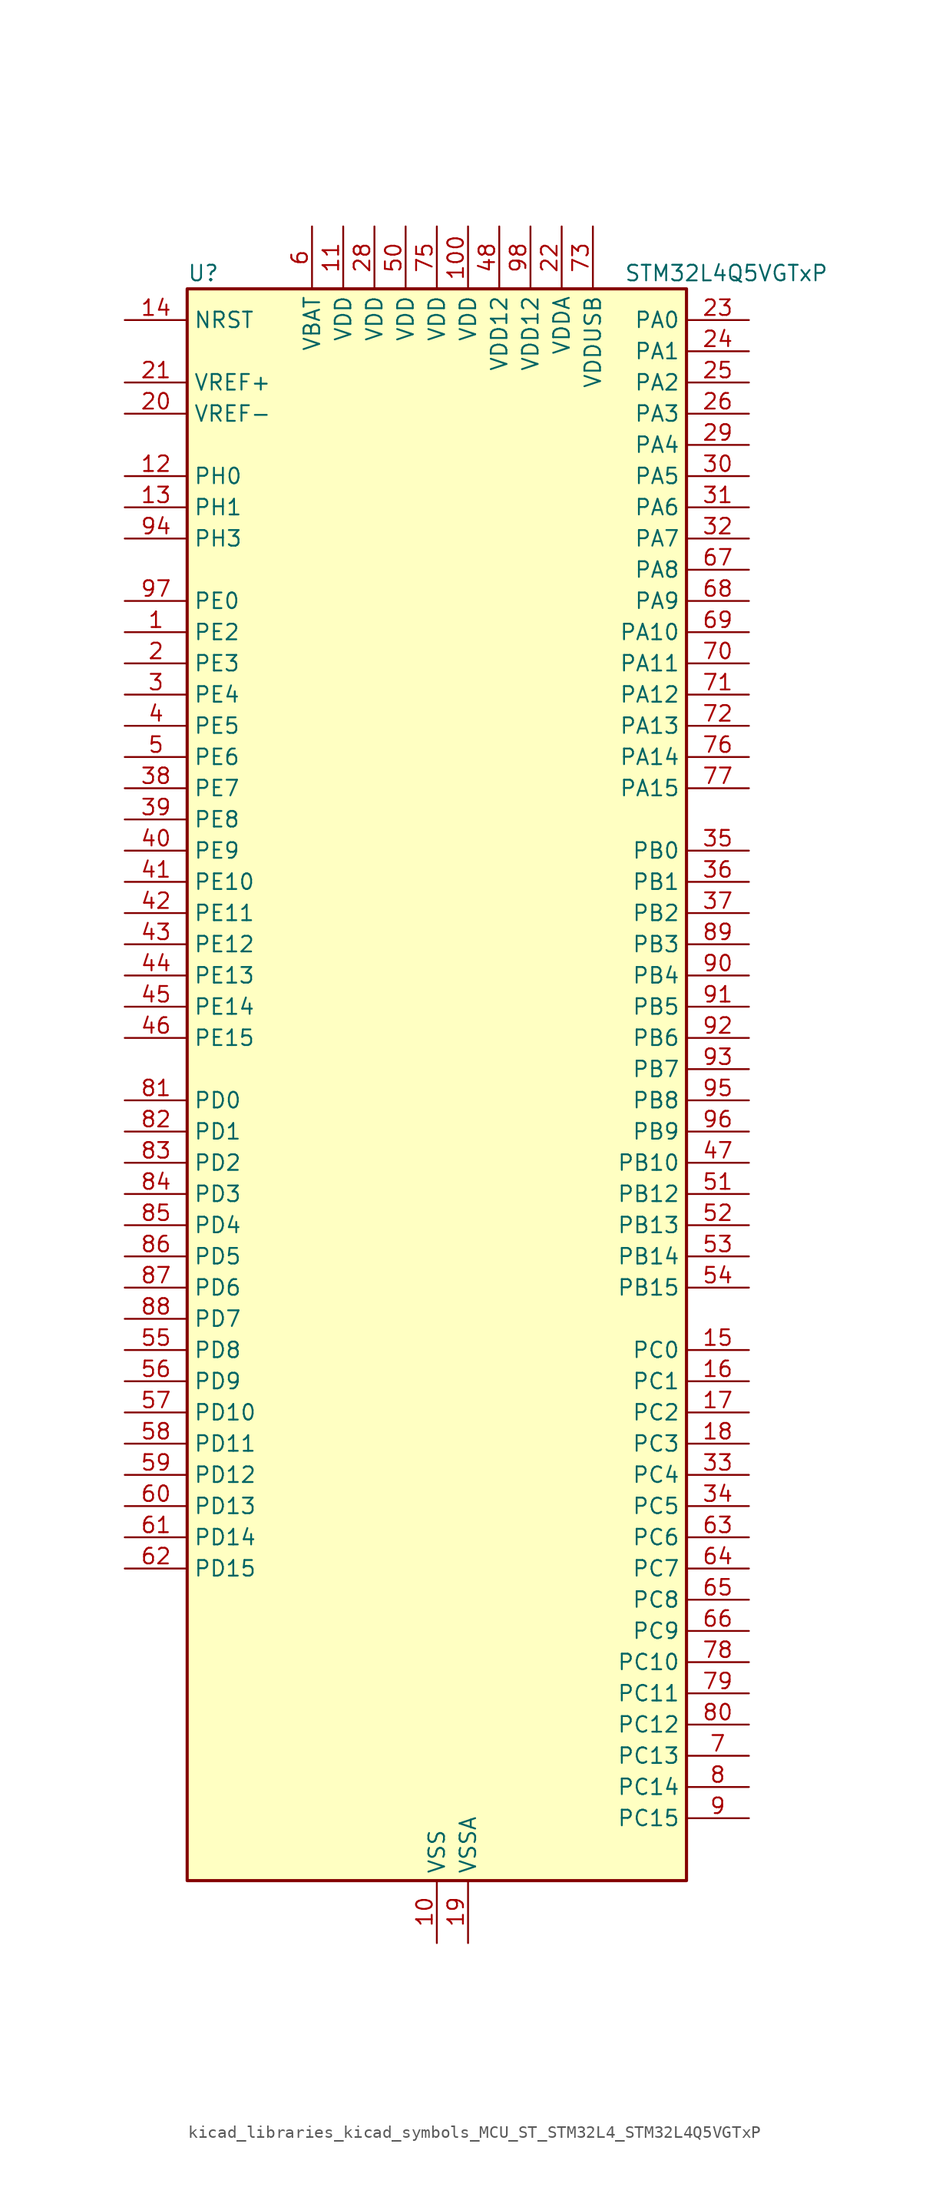
<source format=kicad_sym>
(kicad_symbol_lib
  (version 20220914)
  (generator kicad_symbol_editor)
  (symbol "kicad_libraries_kicad_symbols_MCU_ST_STM32L4_STM32L4Q5VGTxP"
    (property "Reference" "U"
      (at -20.32 67.31 0)
      (effects (font (size 1.27 1.27)) (justify left)))
    (property "Value" "STM32L4Q5VGTxP"
      (at 15.24 67.31 0)
      (effects (font (size 1.27 1.27)) (justify left)))
    (property "ki_locked" ""
      (at 0 0 0)
      (effects (font (size 1.27 1.27))))
    (symbol "kicad_libraries_kicad_symbols_MCU_ST_STM32L4_STM32L4Q5VGTxP_0_1"
      (rectangle (start -20.32 -63.5) (end 20.32 66.04) (stroke (width 0.254) (type default)) (fill (type background))))
    (symbol "kicad_libraries_kicad_symbols_MCU_ST_STM32L4_STM32L4Q5VGTxP_1_1"
      (pin bidirectional line (at -25.4 38.1 0) (length 5.08) (name "PE2" (effects (font (size 1.27 1.27)))) (number "1" (effects (font (size 1.27 1.27)))) (alternate "FMC_A23" bidirectional line) (alternate "LTDC_R7" bidirectional line) (alternate "SAI1_CK1" bidirectional line) (alternate "SAI1_MCLK_A" bidirectional line) (alternate "SYS_TRACECLK" bidirectional line) (alternate "TIM3_ETR" bidirectional line) (alternate "TSC_G7_IO1" bidirectional line))
      (pin power_in line (at 0 -68.58 90) (length 5.08) (name "VSS" (effects (font (size 1.27 1.27)))) (number "10" (effects (font (size 1.27 1.27)))))
      (pin power_in line (at 2.54 71.12 270) (length 5.08) (name "VDD" (effects (font (size 1.27 1.27)))) (number "100" (effects (font (size 1.27 1.27)))))
      (pin power_in line (at -7.62 71.12 270) (length 5.08) (name "VDD" (effects (font (size 1.27 1.27)))) (number "11" (effects (font (size 1.27 1.27)))))
      (pin bidirectional line (at -25.4 50.8 0) (length 5.08) (name "PH0" (effects (font (size 1.27 1.27)))) (number "12" (effects (font (size 1.27 1.27)))) (alternate "RCC_OSC_IN" bidirectional line))
      (pin bidirectional line (at -25.4 48.26 0) (length 5.08) (name "PH1" (effects (font (size 1.27 1.27)))) (number "13" (effects (font (size 1.27 1.27)))) (alternate "RCC_OSC_OUT" bidirectional line))
      (pin input line (at -25.4 63.5 0) (length 5.08) (name "NRST" (effects (font (size 1.27 1.27)))) (number "14" (effects (font (size 1.27 1.27)))))
      (pin bidirectional line (at 25.4 -20.32 180) (length 5.08) (name "PC0" (effects (font (size 1.27 1.27)))) (number "15" (effects (font (size 1.27 1.27)))) (alternate "ADC1_IN1" bidirectional line) (alternate "ADC2_IN1" bidirectional line) (alternate "I2C3_SCL" bidirectional line) (alternate "LPTIM1_IN1" bidirectional line) (alternate "LPTIM2_IN1" bidirectional line) (alternate "LPUART1_RX" bidirectional line) (alternate "LTDC_DE" bidirectional line) (alternate "SAI2_FS_A" bidirectional line) (alternate "SDMMC1_CMD" bidirectional line) (alternate "SDMMC2_CKIN" bidirectional line))
      (pin bidirectional line (at 25.4 -22.86 180) (length 5.08) (name "PC1" (effects (font (size 1.27 1.27)))) (number "16" (effects (font (size 1.27 1.27)))) (alternate "ADC1_IN2" bidirectional line) (alternate "ADC2_IN2" bidirectional line) (alternate "I2C3_SDA" bidirectional line) (alternate "LPTIM1_OUT" bidirectional line) (alternate "LPUART1_TX" bidirectional line) (alternate "OCTOSPIM_P1_IO4" bidirectional line) (alternate "SAI1_SD_A" bidirectional line) (alternate "SPI2_MOSI" bidirectional line) (alternate "SYS_TRACED0" bidirectional line))
      (pin bidirectional line (at 25.4 -25.4 180) (length 5.08) (name "PC2" (effects (font (size 1.27 1.27)))) (number "17" (effects (font (size 1.27 1.27)))) (alternate "ADC1_IN3" bidirectional line) (alternate "ADC2_IN3" bidirectional line) (alternate "DFSDM1_CKOUT" bidirectional line) (alternate "LPTIM1_IN2" bidirectional line) (alternate "LTDC_HSYNC" bidirectional line) (alternate "OCTOSPIM_P1_IO5" bidirectional line) (alternate "SPI2_MISO" bidirectional line))
      (pin bidirectional line (at 25.4 -27.94 180) (length 5.08) (name "PC3" (effects (font (size 1.27 1.27)))) (number "18" (effects (font (size 1.27 1.27)))) (alternate "ADC1_IN4" bidirectional line) (alternate "ADC2_IN4" bidirectional line) (alternate "LPTIM1_ETR" bidirectional line) (alternate "LPTIM2_ETR" bidirectional line) (alternate "OCTOSPIM_P1_IO6" bidirectional line) (alternate "SAI1_D1" bidirectional line) (alternate "SAI1_SD_A" bidirectional line) (alternate "SPI2_MOSI" bidirectional line))
      (pin power_in line (at 2.54 -68.58 90) (length 5.08) (name "VSSA" (effects (font (size 1.27 1.27)))) (number "19" (effects (font (size 1.27 1.27)))))
      (pin bidirectional line (at -25.4 35.56 0) (length 5.08) (name "PE3" (effects (font (size 1.27 1.27)))) (number "2" (effects (font (size 1.27 1.27)))) (alternate "FMC_A19" bidirectional line) (alternate "LTDC_R6" bidirectional line) (alternate "OCTOSPIM_P1_DQS" bidirectional line) (alternate "SAI1_SD_B" bidirectional line) (alternate "SYS_TRACED0" bidirectional line) (alternate "TIM3_CH1" bidirectional line) (alternate "TSC_G7_IO2" bidirectional line))
      (pin input line (at -25.4 55.88 0) (length 5.08) (name "VREF-" (effects (font (size 1.27 1.27)))) (number "20" (effects (font (size 1.27 1.27)))))
      (pin input line (at -25.4 58.42 0) (length 5.08) (name "VREF+" (effects (font (size 1.27 1.27)))) (number "21" (effects (font (size 1.27 1.27)))) (alternate "VREFBUF_OUT" bidirectional line))
      (pin power_in line (at 10.16 71.12 270) (length 5.08) (name "VDDA" (effects (font (size 1.27 1.27)))) (number "22" (effects (font (size 1.27 1.27)))))
      (pin bidirectional line (at 25.4 63.5 180) (length 5.08) (name "PA0" (effects (font (size 1.27 1.27)))) (number "23" (effects (font (size 1.27 1.27)))) (alternate "ADC1_IN5" bidirectional line) (alternate "ADC2_IN5" bidirectional line) (alternate "OPAMP1_VINP" bidirectional line) (alternate "RTC_TAMP2" bidirectional line) (alternate "SAI1_EXTCLK" bidirectional line) (alternate "SYS_WKUP1" bidirectional line) (alternate "TIM2_CH1" bidirectional line) (alternate "TIM2_ETR" bidirectional line) (alternate "TIM5_CH1" bidirectional line) (alternate "TIM8_ETR" bidirectional line) (alternate "UART4_TX" bidirectional line) (alternate "USART2_CTS" bidirectional line) (alternate "USART2_NSS" bidirectional line))
      (pin bidirectional line (at 25.4 60.96 180) (length 5.08) (name "PA1" (effects (font (size 1.27 1.27)))) (number "24" (effects (font (size 1.27 1.27)))) (alternate "ADC1_IN6" bidirectional line) (alternate "ADC2_IN6" bidirectional line) (alternate "I2C1_SMBA" bidirectional line) (alternate "OCTOSPIM_P1_DQS" bidirectional line) (alternate "OPAMP1_VINM" bidirectional line) (alternate "SDMMC2_CMD" bidirectional line) (alternate "SPI1_SCK" bidirectional line) (alternate "TIM15_CH1N" bidirectional line) (alternate "TIM2_CH2" bidirectional line) (alternate "TIM5_CH2" bidirectional line) (alternate "UART4_RX" bidirectional line) (alternate "USART2_DE" bidirectional line) (alternate "USART2_RTS" bidirectional line))
      (pin bidirectional line (at 25.4 58.42 180) (length 5.08) (name "PA2" (effects (font (size 1.27 1.27)))) (number "25" (effects (font (size 1.27 1.27)))) (alternate "ADC1_IN7" bidirectional line) (alternate "ADC2_IN7" bidirectional line) (alternate "LPUART1_TX" bidirectional line) (alternate "OCTOSPIM_P1_NCS" bidirectional line) (alternate "RCC_LSCO" bidirectional line) (alternate "SAI2_EXTCLK" bidirectional line) (alternate "SYS_WKUP4" bidirectional line) (alternate "TIM15_CH1" bidirectional line) (alternate "TIM2_CH3" bidirectional line) (alternate "TIM5_CH3" bidirectional line) (alternate "USART2_TX" bidirectional line))
      (pin bidirectional line (at 25.4 55.88 180) (length 5.08) (name "PA3" (effects (font (size 1.27 1.27)))) (number "26" (effects (font (size 1.27 1.27)))) (alternate "ADC1_IN8" bidirectional line) (alternate "ADC2_IN8" bidirectional line) (alternate "LPUART1_RX" bidirectional line) (alternate "OCTOSPIM_P1_CLK" bidirectional line) (alternate "OPAMP1_VOUT" bidirectional line) (alternate "SAI1_CK1" bidirectional line) (alternate "SAI1_MCLK_A" bidirectional line) (alternate "TIM15_CH2" bidirectional line) (alternate "TIM2_CH4" bidirectional line) (alternate "TIM5_CH4" bidirectional line) (alternate "USART2_RX" bidirectional line))
      (pin passive line (at 0 -68.58 90) (length 5.08) hide (name "VSS" (effects (font (size 1.27 1.27)))) (number "27" (effects (font (size 1.27 1.27)))))
      (pin power_in line (at -5.08 71.12 270) (length 5.08) (name "VDD" (effects (font (size 1.27 1.27)))) (number "28" (effects (font (size 1.27 1.27)))))
      (pin bidirectional line (at 25.4 53.34 180) (length 5.08) (name "PA4" (effects (font (size 1.27 1.27)))) (number "29" (effects (font (size 1.27 1.27)))) (alternate "ADC1_IN9" bidirectional line) (alternate "ADC2_IN9" bidirectional line) (alternate "DAC1_OUT1" bidirectional line) (alternate "DCMI_HSYNC" bidirectional line) (alternate "LPTIM2_OUT" bidirectional line) (alternate "LTDC_CLK" bidirectional line) (alternate "OCTOSPIM_P1_NCS" bidirectional line) (alternate "PSSI_DE" bidirectional line) (alternate "SAI1_FS_B" bidirectional line) (alternate "SPI1_NSS" bidirectional line) (alternate "SPI3_NSS" bidirectional line) (alternate "USART2_CK" bidirectional line))
      (pin bidirectional line (at -25.4 33.02 0) (length 5.08) (name "PE4" (effects (font (size 1.27 1.27)))) (number "3" (effects (font (size 1.27 1.27)))) (alternate "DCMI_D4" bidirectional line) (alternate "DFSDM1_DATIN3" bidirectional line) (alternate "FMC_A20" bidirectional line) (alternate "LTDC_B7" bidirectional line) (alternate "PSSI_D4" bidirectional line) (alternate "SAI1_D2" bidirectional line) (alternate "SAI1_FS_A" bidirectional line) (alternate "SYS_TRACED1" bidirectional line) (alternate "TIM3_CH2" bidirectional line) (alternate "TSC_G7_IO3" bidirectional line))
      (pin bidirectional line (at 25.4 50.8 180) (length 5.08) (name "PA5" (effects (font (size 1.27 1.27)))) (number "30" (effects (font (size 1.27 1.27)))) (alternate "ADC1_IN10" bidirectional line) (alternate "ADC2_IN10" bidirectional line) (alternate "DAC1_OUT2" bidirectional line) (alternate "LPTIM2_ETR" bidirectional line) (alternate "LTDC_R7" bidirectional line) (alternate "PSSI_D14" bidirectional line) (alternate "SPI1_SCK" bidirectional line) (alternate "TIM2_CH1" bidirectional line) (alternate "TIM2_ETR" bidirectional line) (alternate "TIM8_CH1N" bidirectional line))
      (pin bidirectional line (at 25.4 48.26 180) (length 5.08) (name "PA6" (effects (font (size 1.27 1.27)))) (number "31" (effects (font (size 1.27 1.27)))) (alternate "ADC1_IN11" bidirectional line) (alternate "ADC2_IN11" bidirectional line) (alternate "DCMI_PIXCLK" bidirectional line) (alternate "LPUART1_CTS" bidirectional line) (alternate "OCTOSPIM_P1_IO3" bidirectional line) (alternate "OPAMP2_VINP" bidirectional line) (alternate "PSSI_PDCK" bidirectional line) (alternate "SPI1_MISO" bidirectional line) (alternate "TIM16_CH1" bidirectional line) (alternate "TIM1_BKIN" bidirectional line) (alternate "TIM3_CH1" bidirectional line) (alternate "TIM8_BKIN" bidirectional line) (alternate "USART3_CTS" bidirectional line) (alternate "USART3_NSS" bidirectional line))
      (pin bidirectional line (at 25.4 45.72 180) (length 5.08) (name "PA7" (effects (font (size 1.27 1.27)))) (number "32" (effects (font (size 1.27 1.27)))) (alternate "ADC1_IN12" bidirectional line) (alternate "ADC2_IN12" bidirectional line) (alternate "I2C3_SCL" bidirectional line) (alternate "OCTOSPIM_P1_IO2" bidirectional line) (alternate "OPAMP2_VINM" bidirectional line) (alternate "SPI1_MOSI" bidirectional line) (alternate "TIM17_CH1" bidirectional line) (alternate "TIM1_CH1N" bidirectional line) (alternate "TIM3_CH2" bidirectional line) (alternate "TIM8_CH1N" bidirectional line))
      (pin bidirectional line (at 25.4 -30.48 180) (length 5.08) (name "PC4" (effects (font (size 1.27 1.27)))) (number "33" (effects (font (size 1.27 1.27)))) (alternate "ADC1_IN13" bidirectional line) (alternate "ADC2_IN13" bidirectional line) (alternate "COMP1_INM" bidirectional line) (alternate "OCTOSPIM_P1_IO7" bidirectional line) (alternate "OCTOSPIM_P2_NCS" bidirectional line) (alternate "USART3_TX" bidirectional line))
      (pin bidirectional line (at 25.4 -33.02 180) (length 5.08) (name "PC5" (effects (font (size 1.27 1.27)))) (number "34" (effects (font (size 1.27 1.27)))) (alternate "ADC1_IN14" bidirectional line) (alternate "ADC2_IN14" bidirectional line) (alternate "COMP1_INP" bidirectional line) (alternate "LTDC_CLK" bidirectional line) (alternate "PSSI_D15" bidirectional line) (alternate "SAI1_D3" bidirectional line) (alternate "SYS_WKUP5" bidirectional line) (alternate "USART3_RX" bidirectional line))
      (pin bidirectional line (at 25.4 20.32 180) (length 5.08) (name "PB0" (effects (font (size 1.27 1.27)))) (number "35" (effects (font (size 1.27 1.27)))) (alternate "ADC1_IN15" bidirectional line) (alternate "ADC2_IN15" bidirectional line) (alternate "COMP1_OUT" bidirectional line) (alternate "LTDC_B6" bidirectional line) (alternate "OCTOSPIM_P1_IO1" bidirectional line) (alternate "OPAMP2_VOUT" bidirectional line) (alternate "SAI1_EXTCLK" bidirectional line) (alternate "SPI1_NSS" bidirectional line) (alternate "TIM1_CH2N" bidirectional line) (alternate "TIM3_CH3" bidirectional line) (alternate "TIM8_CH2N" bidirectional line) (alternate "USART3_CK" bidirectional line))
      (pin bidirectional line (at 25.4 17.78 180) (length 5.08) (name "PB1" (effects (font (size 1.27 1.27)))) (number "36" (effects (font (size 1.27 1.27)))) (alternate "ADC1_IN16" bidirectional line) (alternate "ADC2_IN16" bidirectional line) (alternate "COMP1_INM" bidirectional line) (alternate "DFSDM1_DATIN0" bidirectional line) (alternate "LPTIM2_IN1" bidirectional line) (alternate "LPUART1_DE" bidirectional line) (alternate "LPUART1_RTS" bidirectional line) (alternate "LTDC_G6" bidirectional line) (alternate "OCTOSPIM_P1_IO0" bidirectional line) (alternate "TIM1_CH3N" bidirectional line) (alternate "TIM3_CH4" bidirectional line) (alternate "TIM8_CH3N" bidirectional line) (alternate "USART3_DE" bidirectional line) (alternate "USART3_RTS" bidirectional line))
      (pin bidirectional line (at 25.4 15.24 180) (length 5.08) (name "PB2" (effects (font (size 1.27 1.27)))) (number "37" (effects (font (size 1.27 1.27)))) (alternate "COMP1_INP" bidirectional line) (alternate "DFSDM1_CKIN0" bidirectional line) (alternate "I2C3_SMBA" bidirectional line) (alternate "LPTIM1_OUT" bidirectional line) (alternate "OCTOSPIM_P1_DQS" bidirectional line) (alternate "RTC_OUT2" bidirectional line))
      (pin bidirectional line (at -25.4 25.4 0) (length 5.08) (name "PE7" (effects (font (size 1.27 1.27)))) (number "38" (effects (font (size 1.27 1.27)))) (alternate "DFSDM1_DATIN2" bidirectional line) (alternate "FMC_D4" bidirectional line) (alternate "FMC_DA4" bidirectional line) (alternate "LTDC_B6" bidirectional line) (alternate "SAI1_SD_B" bidirectional line) (alternate "TIM1_ETR" bidirectional line))
      (pin bidirectional line (at -25.4 22.86 0) (length 5.08) (name "PE8" (effects (font (size 1.27 1.27)))) (number "39" (effects (font (size 1.27 1.27)))) (alternate "DFSDM1_CKIN2" bidirectional line) (alternate "FMC_D5" bidirectional line) (alternate "FMC_DA5" bidirectional line) (alternate "LTDC_B7" bidirectional line) (alternate "SAI1_SCK_B" bidirectional line) (alternate "TIM1_CH1N" bidirectional line))
      (pin bidirectional line (at -25.4 30.48 0) (length 5.08) (name "PE5" (effects (font (size 1.27 1.27)))) (number "4" (effects (font (size 1.27 1.27)))) (alternate "DCMI_D6" bidirectional line) (alternate "DFSDM1_CKIN3" bidirectional line) (alternate "FMC_A21" bidirectional line) (alternate "LTDC_G7" bidirectional line) (alternate "PSSI_D6" bidirectional line) (alternate "SAI1_CK2" bidirectional line) (alternate "SAI1_SCK_A" bidirectional line) (alternate "SYS_TRACED2" bidirectional line) (alternate "TIM3_CH3" bidirectional line) (alternate "TSC_G7_IO4" bidirectional line))
      (pin bidirectional line (at -25.4 20.32 0) (length 5.08) (name "PE9" (effects (font (size 1.27 1.27)))) (number "40" (effects (font (size 1.27 1.27)))) (alternate "DAC1_EXTI9" bidirectional line) (alternate "DFSDM1_CKOUT" bidirectional line) (alternate "FMC_D6" bidirectional line) (alternate "FMC_DA6" bidirectional line) (alternate "LTDC_G2" bidirectional line) (alternate "OCTOSPIM_P1_NCLK" bidirectional line) (alternate "SAI1_FS_B" bidirectional line) (alternate "TIM1_CH1" bidirectional line))
      (pin bidirectional line (at -25.4 17.78 0) (length 5.08) (name "PE10" (effects (font (size 1.27 1.27)))) (number "41" (effects (font (size 1.27 1.27)))) (alternate "FMC_D7" bidirectional line) (alternate "FMC_DA7" bidirectional line) (alternate "LTDC_G3" bidirectional line) (alternate "OCTOSPIM_P1_CLK" bidirectional line) (alternate "SAI1_MCLK_B" bidirectional line) (alternate "TIM1_CH2N" bidirectional line) (alternate "TSC_G5_IO1" bidirectional line))
      (pin bidirectional line (at -25.4 15.24 0) (length 5.08) (name "PE11" (effects (font (size 1.27 1.27)))) (number "42" (effects (font (size 1.27 1.27)))) (alternate "ADC1_EXTI11" bidirectional line) (alternate "ADC2_EXTI11" bidirectional line) (alternate "FMC_D8" bidirectional line) (alternate "FMC_DA8" bidirectional line) (alternate "LTDC_G4" bidirectional line) (alternate "OCTOSPIM_P1_NCS" bidirectional line) (alternate "TIM1_CH2" bidirectional line) (alternate "TSC_G5_IO2" bidirectional line))
      (pin bidirectional line (at -25.4 12.7 0) (length 5.08) (name "PE12" (effects (font (size 1.27 1.27)))) (number "43" (effects (font (size 1.27 1.27)))) (alternate "FMC_D9" bidirectional line) (alternate "FMC_DA9" bidirectional line) (alternate "LTDC_G5" bidirectional line) (alternate "OCTOSPIM_P1_IO0" bidirectional line) (alternate "SPI1_NSS" bidirectional line) (alternate "TIM1_CH3N" bidirectional line) (alternate "TSC_G5_IO3" bidirectional line))
      (pin bidirectional line (at -25.4 10.16 0) (length 5.08) (name "PE13" (effects (font (size 1.27 1.27)))) (number "44" (effects (font (size 1.27 1.27)))) (alternate "FMC_D10" bidirectional line) (alternate "FMC_DA10" bidirectional line) (alternate "LTDC_G6" bidirectional line) (alternate "OCTOSPIM_P1_IO1" bidirectional line) (alternate "SPI1_SCK" bidirectional line) (alternate "TIM1_CH3" bidirectional line) (alternate "TSC_G5_IO4" bidirectional line))
      (pin bidirectional line (at -25.4 7.62 0) (length 5.08) (name "PE14" (effects (font (size 1.27 1.27)))) (number "45" (effects (font (size 1.27 1.27)))) (alternate "FMC_D11" bidirectional line) (alternate "FMC_DA11" bidirectional line) (alternate "LTDC_G7" bidirectional line) (alternate "OCTOSPIM_P1_IO2" bidirectional line) (alternate "SPI1_MISO" bidirectional line) (alternate "TIM1_BKIN2" bidirectional line) (alternate "TIM1_CH4" bidirectional line))
      (pin bidirectional line (at -25.4 5.08 0) (length 5.08) (name "PE15" (effects (font (size 1.27 1.27)))) (number "46" (effects (font (size 1.27 1.27)))) (alternate "ADC1_EXTI15" bidirectional line) (alternate "ADC2_EXTI15" bidirectional line) (alternate "FMC_D12" bidirectional line) (alternate "FMC_DA12" bidirectional line) (alternate "LTDC_R2" bidirectional line) (alternate "OCTOSPIM_P1_IO3" bidirectional line) (alternate "SPI1_MOSI" bidirectional line) (alternate "TIM1_BKIN" bidirectional line))
      (pin bidirectional line (at 25.4 -5.08 180) (length 5.08) (name "PB10" (effects (font (size 1.27 1.27)))) (number "47" (effects (font (size 1.27 1.27)))) (alternate "COMP1_OUT" bidirectional line) (alternate "I2C2_SCL" bidirectional line) (alternate "I2C4_SCL" bidirectional line) (alternate "LPUART1_RX" bidirectional line) (alternate "OCTOSPIM_P1_CLK" bidirectional line) (alternate "OCTOSPIM_P1_IO3" bidirectional line) (alternate "SAI1_SCK_A" bidirectional line) (alternate "SPI2_SCK" bidirectional line) (alternate "TIM2_CH3" bidirectional line) (alternate "TSC_SYNC" bidirectional line) (alternate "USART3_TX" bidirectional line))
      (pin power_in line (at 5.08 71.12 270) (length 5.08) (name "VDD12" (effects (font (size 1.27 1.27)))) (number "48" (effects (font (size 1.27 1.27)))))
      (pin passive line (at 0 -68.58 90) (length 5.08) hide (name "VSS" (effects (font (size 1.27 1.27)))) (number "49" (effects (font (size 1.27 1.27)))))
      (pin bidirectional line (at -25.4 27.94 0) (length 5.08) (name "PE6" (effects (font (size 1.27 1.27)))) (number "5" (effects (font (size 1.27 1.27)))) (alternate "DCMI_D7" bidirectional line) (alternate "FMC_A22" bidirectional line) (alternate "LTDC_G6" bidirectional line) (alternate "PSSI_D7" bidirectional line) (alternate "RTC_TAMP3" bidirectional line) (alternate "SAI1_D1" bidirectional line) (alternate "SAI1_SD_A" bidirectional line) (alternate "SYS_TRACED3" bidirectional line) (alternate "SYS_WKUP3" bidirectional line) (alternate "TIM3_CH4" bidirectional line))
      (pin power_in line (at -2.54 71.12 270) (length 5.08) (name "VDD" (effects (font (size 1.27 1.27)))) (number "50" (effects (font (size 1.27 1.27)))))
      (pin bidirectional line (at 25.4 -7.62 180) (length 5.08) (name "PB12" (effects (font (size 1.27 1.27)))) (number "51" (effects (font (size 1.27 1.27)))) (alternate "DFSDM1_DATIN1" bidirectional line) (alternate "I2C2_SMBA" bidirectional line) (alternate "LPUART1_DE" bidirectional line) (alternate "LPUART1_RTS" bidirectional line) (alternate "OCTOSPIM_P1_NCLK" bidirectional line) (alternate "SAI2_FS_A" bidirectional line) (alternate "SDMMC2_CK" bidirectional line) (alternate "SPI2_NSS" bidirectional line) (alternate "TIM15_BKIN" bidirectional line) (alternate "TIM1_BKIN" bidirectional line) (alternate "TSC_G1_IO1" bidirectional line) (alternate "USART3_CK" bidirectional line))
      (pin bidirectional line (at 25.4 -10.16 180) (length 5.08) (name "PB13" (effects (font (size 1.27 1.27)))) (number "52" (effects (font (size 1.27 1.27)))) (alternate "DFSDM1_CKIN1" bidirectional line) (alternate "I2C2_SCL" bidirectional line) (alternate "LPUART1_CTS" bidirectional line) (alternate "OCTOSPIM_P1_IO1" bidirectional line) (alternate "SAI2_SCK_A" bidirectional line) (alternate "SPI2_SCK" bidirectional line) (alternate "TIM15_CH1N" bidirectional line) (alternate "TIM1_CH1N" bidirectional line) (alternate "TSC_G1_IO2" bidirectional line) (alternate "USART3_CTS" bidirectional line) (alternate "USART3_NSS" bidirectional line))
      (pin bidirectional line (at 25.4 -12.7 180) (length 5.08) (name "PB14" (effects (font (size 1.27 1.27)))) (number "53" (effects (font (size 1.27 1.27)))) (alternate "DFSDM1_DATIN2" bidirectional line) (alternate "I2C2_SDA" bidirectional line) (alternate "OCTOSPIM_P1_IO6" bidirectional line) (alternate "SAI2_MCLK_A" bidirectional line) (alternate "SDMMC2_D0" bidirectional line) (alternate "SPI2_MISO" bidirectional line) (alternate "TIM15_CH1" bidirectional line) (alternate "TIM1_CH2N" bidirectional line) (alternate "TIM8_CH2N" bidirectional line) (alternate "TSC_G1_IO3" bidirectional line) (alternate "USART3_DE" bidirectional line) (alternate "USART3_RTS" bidirectional line))
      (pin bidirectional line (at 25.4 -15.24 180) (length 5.08) (name "PB15" (effects (font (size 1.27 1.27)))) (number "54" (effects (font (size 1.27 1.27)))) (alternate "ADC1_EXTI15" bidirectional line) (alternate "ADC2_EXTI15" bidirectional line) (alternate "DFSDM1_CKIN2" bidirectional line) (alternate "OCTOSPIM_P1_IO7" bidirectional line) (alternate "RTC_REFIN" bidirectional line) (alternate "SAI2_SD_A" bidirectional line) (alternate "SDMMC2_D1" bidirectional line) (alternate "SPI2_MOSI" bidirectional line) (alternate "TIM15_CH2" bidirectional line) (alternate "TIM1_CH3N" bidirectional line) (alternate "TIM8_CH3N" bidirectional line) (alternate "TSC_G1_IO4" bidirectional line))
      (pin bidirectional line (at -25.4 -20.32 0) (length 5.08) (name "PD8" (effects (font (size 1.27 1.27)))) (number "55" (effects (font (size 1.27 1.27)))) (alternate "DCMI_HSYNC" bidirectional line) (alternate "FMC_D13" bidirectional line) (alternate "FMC_DA13" bidirectional line) (alternate "LTDC_R3" bidirectional line) (alternate "PSSI_DE" bidirectional line) (alternate "USART3_TX" bidirectional line))
      (pin bidirectional line (at -25.4 -22.86 0) (length 5.08) (name "PD9" (effects (font (size 1.27 1.27)))) (number "56" (effects (font (size 1.27 1.27)))) (alternate "DAC1_EXTI9" bidirectional line) (alternate "DCMI_PIXCLK" bidirectional line) (alternate "FMC_D14" bidirectional line) (alternate "FMC_DA14" bidirectional line) (alternate "LTDC_R4" bidirectional line) (alternate "PSSI_PDCK" bidirectional line) (alternate "SAI2_MCLK_A" bidirectional line) (alternate "USART3_RX" bidirectional line))
      (pin bidirectional line (at -25.4 -25.4 0) (length 5.08) (name "PD10" (effects (font (size 1.27 1.27)))) (number "57" (effects (font (size 1.27 1.27)))) (alternate "FMC_D15" bidirectional line) (alternate "FMC_DA15" bidirectional line) (alternate "LTDC_R5" bidirectional line) (alternate "SAI2_SCK_A" bidirectional line) (alternate "TSC_G6_IO1" bidirectional line) (alternate "USART3_CK" bidirectional line))
      (pin bidirectional line (at -25.4 -27.94 0) (length 5.08) (name "PD11" (effects (font (size 1.27 1.27)))) (number "58" (effects (font (size 1.27 1.27)))) (alternate "ADC1_EXTI11" bidirectional line) (alternate "ADC2_EXTI11" bidirectional line) (alternate "FMC_A16" bidirectional line) (alternate "FMC_CLE" bidirectional line) (alternate "I2C4_SMBA" bidirectional line) (alternate "LPTIM2_ETR" bidirectional line) (alternate "LTDC_R6" bidirectional line) (alternate "SAI2_SD_A" bidirectional line) (alternate "TSC_G6_IO2" bidirectional line) (alternate "USART3_CTS" bidirectional line) (alternate "USART3_NSS" bidirectional line))
      (pin bidirectional line (at -25.4 -30.48 0) (length 5.08) (name "PD12" (effects (font (size 1.27 1.27)))) (number "59" (effects (font (size 1.27 1.27)))) (alternate "FMC_A17" bidirectional line) (alternate "FMC_ALE" bidirectional line) (alternate "I2C4_SCL" bidirectional line) (alternate "LPTIM2_IN1" bidirectional line) (alternate "LTDC_R7" bidirectional line) (alternate "SAI2_FS_A" bidirectional line) (alternate "TIM4_CH1" bidirectional line) (alternate "TSC_G6_IO3" bidirectional line) (alternate "USART3_DE" bidirectional line) (alternate "USART3_RTS" bidirectional line))
      (pin power_in line (at -10.16 71.12 270) (length 5.08) (name "VBAT" (effects (font (size 1.27 1.27)))) (number "6" (effects (font (size 1.27 1.27)))))
      (pin bidirectional line (at -25.4 -33.02 0) (length 5.08) (name "PD13" (effects (font (size 1.27 1.27)))) (number "60" (effects (font (size 1.27 1.27)))) (alternate "FMC_A18" bidirectional line) (alternate "I2C4_SDA" bidirectional line) (alternate "LPTIM2_OUT" bidirectional line) (alternate "TIM4_CH2" bidirectional line) (alternate "TSC_G6_IO4" bidirectional line))
      (pin bidirectional line (at -25.4 -35.56 0) (length 5.08) (name "PD14" (effects (font (size 1.27 1.27)))) (number "61" (effects (font (size 1.27 1.27)))) (alternate "FMC_D0" bidirectional line) (alternate "FMC_DA0" bidirectional line) (alternate "LTDC_B2" bidirectional line) (alternate "TIM4_CH3" bidirectional line))
      (pin bidirectional line (at -25.4 -38.1 0) (length 5.08) (name "PD15" (effects (font (size 1.27 1.27)))) (number "62" (effects (font (size 1.27 1.27)))) (alternate "ADC1_EXTI15" bidirectional line) (alternate "ADC2_EXTI15" bidirectional line) (alternate "FMC_D1" bidirectional line) (alternate "FMC_DA1" bidirectional line) (alternate "LTDC_B3" bidirectional line) (alternate "TIM4_CH4" bidirectional line))
      (pin bidirectional line (at 25.4 -35.56 180) (length 5.08) (name "PC6" (effects (font (size 1.27 1.27)))) (number "63" (effects (font (size 1.27 1.27)))) (alternate "DCMI_D0" bidirectional line) (alternate "DFSDM1_CKIN3" bidirectional line) (alternate "LTDC_G7" bidirectional line) (alternate "PSSI_D0" bidirectional line) (alternate "SAI2_MCLK_A" bidirectional line) (alternate "SDMMC1_D0DIR" bidirectional line) (alternate "SDMMC1_D6" bidirectional line) (alternate "SDMMC2_D6" bidirectional line) (alternate "TIM3_CH1" bidirectional line) (alternate "TIM8_CH1" bidirectional line) (alternate "TSC_G4_IO1" bidirectional line))
      (pin bidirectional line (at 25.4 -38.1 180) (length 5.08) (name "PC7" (effects (font (size 1.27 1.27)))) (number "64" (effects (font (size 1.27 1.27)))) (alternate "DCMI_D1" bidirectional line) (alternate "DFSDM1_DATIN3" bidirectional line) (alternate "LTDC_B6" bidirectional line) (alternate "PSSI_D1" bidirectional line) (alternate "SAI2_MCLK_B" bidirectional line) (alternate "SDMMC1_D123DIR" bidirectional line) (alternate "SDMMC1_D7" bidirectional line) (alternate "SDMMC2_D7" bidirectional line) (alternate "TIM3_CH2" bidirectional line) (alternate "TIM8_CH2" bidirectional line) (alternate "TSC_G4_IO2" bidirectional line))
      (pin bidirectional line (at 25.4 -40.64 180) (length 5.08) (name "PC8" (effects (font (size 1.27 1.27)))) (number "65" (effects (font (size 1.27 1.27)))) (alternate "DCMI_D2" bidirectional line) (alternate "PSSI_D2" bidirectional line) (alternate "SDMMC1_D0" bidirectional line) (alternate "TIM3_CH3" bidirectional line) (alternate "TIM8_CH3" bidirectional line) (alternate "TSC_G4_IO3" bidirectional line))
      (pin bidirectional line (at 25.4 -43.18 180) (length 5.08) (name "PC9" (effects (font (size 1.27 1.27)))) (number "66" (effects (font (size 1.27 1.27)))) (alternate "DAC1_EXTI9" bidirectional line) (alternate "DCMI_D3" bidirectional line) (alternate "I2C3_SDA" bidirectional line) (alternate "PSSI_D3" bidirectional line) (alternate "SAI2_EXTCLK" bidirectional line) (alternate "SDMMC1_D1" bidirectional line) (alternate "SYS_TRACED0" bidirectional line) (alternate "TIM3_CH4" bidirectional line) (alternate "TIM8_BKIN2" bidirectional line) (alternate "TIM8_CH4" bidirectional line) (alternate "TSC_G4_IO4" bidirectional line) (alternate "USB_OTG_FS_NOE" bidirectional line))
      (pin bidirectional line (at 25.4 43.18 180) (length 5.08) (name "PA8" (effects (font (size 1.27 1.27)))) (number "67" (effects (font (size 1.27 1.27)))) (alternate "LPTIM2_OUT" bidirectional line) (alternate "LTDC_B7" bidirectional line) (alternate "RCC_MCO" bidirectional line) (alternate "SAI1_CK2" bidirectional line) (alternate "SAI1_SCK_A" bidirectional line) (alternate "TIM1_CH1" bidirectional line) (alternate "USART1_CK" bidirectional line) (alternate "USB_OTG_FS_SOF" bidirectional line))
      (pin bidirectional line (at 25.4 40.64 180) (length 5.08) (name "PA9" (effects (font (size 1.27 1.27)))) (number "68" (effects (font (size 1.27 1.27)))) (alternate "DAC1_EXTI9" bidirectional line) (alternate "DCMI_D0" bidirectional line) (alternate "LTDC_G7" bidirectional line) (alternate "PSSI_D0" bidirectional line) (alternate "SAI1_FS_A" bidirectional line) (alternate "SPI2_SCK" bidirectional line) (alternate "TIM15_BKIN" bidirectional line) (alternate "TIM1_CH2" bidirectional line) (alternate "USART1_TX" bidirectional line) (alternate "USB_OTG_FS_VBUS" bidirectional line))
      (pin bidirectional line (at 25.4 38.1 180) (length 5.08) (name "PA10" (effects (font (size 1.27 1.27)))) (number "69" (effects (font (size 1.27 1.27)))) (alternate "DCMI_D1" bidirectional line) (alternate "LTDC_G6" bidirectional line) (alternate "PSSI_D1" bidirectional line) (alternate "SAI1_D1" bidirectional line) (alternate "SAI1_SD_A" bidirectional line) (alternate "TIM17_BKIN" bidirectional line) (alternate "TIM1_CH3" bidirectional line) (alternate "USART1_RX" bidirectional line) (alternate "USB_OTG_FS_ID" bidirectional line))
      (pin bidirectional line (at 25.4 -53.34 180) (length 5.08) (name "PC13" (effects (font (size 1.27 1.27)))) (number "7" (effects (font (size 1.27 1.27)))) (alternate "RTC_OUT1" bidirectional line) (alternate "RTC_TAMP1" bidirectional line) (alternate "RTC_TS" bidirectional line) (alternate "SYS_WKUP2" bidirectional line))
      (pin bidirectional line (at 25.4 35.56 180) (length 5.08) (name "PA11" (effects (font (size 1.27 1.27)))) (number "70" (effects (font (size 1.27 1.27)))) (alternate "ADC1_EXTI11" bidirectional line) (alternate "ADC2_EXTI11" bidirectional line) (alternate "CAN1_RX" bidirectional line) (alternate "LTDC_DE" bidirectional line) (alternate "SPI1_MISO" bidirectional line) (alternate "TIM1_BKIN2" bidirectional line) (alternate "TIM1_CH4" bidirectional line) (alternate "USART1_CTS" bidirectional line) (alternate "USART1_NSS" bidirectional line) (alternate "USB_OTG_FS_DM" bidirectional line))
      (pin bidirectional line (at 25.4 33.02 180) (length 5.08) (name "PA12" (effects (font (size 1.27 1.27)))) (number "71" (effects (font (size 1.27 1.27)))) (alternate "CAN1_TX" bidirectional line) (alternate "LTDC_VSYNC" bidirectional line) (alternate "OCTOSPIM_P2_NCS" bidirectional line) (alternate "SPI1_MOSI" bidirectional line) (alternate "TIM1_ETR" bidirectional line) (alternate "USART1_DE" bidirectional line) (alternate "USART1_RTS" bidirectional line) (alternate "USB_OTG_FS_DP" bidirectional line))
      (pin bidirectional line (at 25.4 30.48 180) (length 5.08) (name "PA13" (effects (font (size 1.27 1.27)))) (number "72" (effects (font (size 1.27 1.27)))) (alternate "IR_OUT" bidirectional line) (alternate "SAI1_SD_B" bidirectional line) (alternate "SYS_JTMS-SWDIO" bidirectional line) (alternate "USB_OTG_FS_NOE" bidirectional line))
      (pin power_in line (at 12.7 71.12 270) (length 5.08) (name "VDDUSB" (effects (font (size 1.27 1.27)))) (number "73" (effects (font (size 1.27 1.27)))))
      (pin passive line (at 0 -68.58 90) (length 5.08) hide (name "VSS" (effects (font (size 1.27 1.27)))) (number "74" (effects (font (size 1.27 1.27)))))
      (pin power_in line (at 0 71.12 270) (length 5.08) (name "VDD" (effects (font (size 1.27 1.27)))) (number "75" (effects (font (size 1.27 1.27)))))
      (pin bidirectional line (at 25.4 27.94 180) (length 5.08) (name "PA14" (effects (font (size 1.27 1.27)))) (number "76" (effects (font (size 1.27 1.27)))) (alternate "I2C1_SMBA" bidirectional line) (alternate "I2C4_SMBA" bidirectional line) (alternate "LPTIM1_OUT" bidirectional line) (alternate "SAI1_FS_B" bidirectional line) (alternate "SYS_JTCK-SWCLK" bidirectional line) (alternate "USB_OTG_FS_SOF" bidirectional line))
      (pin bidirectional line (at 25.4 25.4 180) (length 5.08) (name "PA15" (effects (font (size 1.27 1.27)))) (number "77" (effects (font (size 1.27 1.27)))) (alternate "ADC1_EXTI15" bidirectional line) (alternate "ADC2_EXTI15" bidirectional line) (alternate "LTDC_HSYNC" bidirectional line) (alternate "SAI2_FS_B" bidirectional line) (alternate "SPI1_NSS" bidirectional line) (alternate "SPI3_NSS" bidirectional line) (alternate "SYS_JTDI" bidirectional line) (alternate "TIM2_CH1" bidirectional line) (alternate "TIM2_ETR" bidirectional line) (alternate "TSC_G3_IO1" bidirectional line) (alternate "UART4_DE" bidirectional line) (alternate "UART4_RTS" bidirectional line) (alternate "USART2_RX" bidirectional line) (alternate "USART3_DE" bidirectional line) (alternate "USART3_RTS" bidirectional line))
      (pin bidirectional line (at 25.4 -45.72 180) (length 5.08) (name "PC10" (effects (font (size 1.27 1.27)))) (number "78" (effects (font (size 1.27 1.27)))) (alternate "DCMI_D8" bidirectional line) (alternate "DCMI_VSYNC" bidirectional line) (alternate "PSSI_D8" bidirectional line) (alternate "PSSI_RDY" bidirectional line) (alternate "SAI2_SCK_B" bidirectional line) (alternate "SDMMC1_D2" bidirectional line) (alternate "SPI3_SCK" bidirectional line) (alternate "SYS_TRACED1" bidirectional line) (alternate "TSC_G3_IO2" bidirectional line) (alternate "UART4_TX" bidirectional line) (alternate "USART3_TX" bidirectional line))
      (pin bidirectional line (at 25.4 -48.26 180) (length 5.08) (name "PC11" (effects (font (size 1.27 1.27)))) (number "79" (effects (font (size 1.27 1.27)))) (alternate "ADC1_EXTI11" bidirectional line) (alternate "ADC2_EXTI11" bidirectional line) (alternate "DCMI_D2" bidirectional line) (alternate "DCMI_D4" bidirectional line) (alternate "OCTOSPIM_P1_NCS" bidirectional line) (alternate "PSSI_D2" bidirectional line) (alternate "PSSI_D4" bidirectional line) (alternate "SAI2_MCLK_B" bidirectional line) (alternate "SDMMC1_D3" bidirectional line) (alternate "SPI3_MISO" bidirectional line) (alternate "TSC_G3_IO3" bidirectional line) (alternate "UART4_RX" bidirectional line) (alternate "USART3_RX" bidirectional line))
      (pin bidirectional line (at 25.4 -55.88 180) (length 5.08) (name "PC14" (effects (font (size 1.27 1.27)))) (number "8" (effects (font (size 1.27 1.27)))) (alternate "RCC_OSC32_IN" bidirectional line))
      (pin bidirectional line (at 25.4 -50.8 180) (length 5.08) (name "PC12" (effects (font (size 1.27 1.27)))) (number "80" (effects (font (size 1.27 1.27)))) (alternate "DCMI_D9" bidirectional line) (alternate "LTDC_R6" bidirectional line) (alternate "PSSI_D9" bidirectional line) (alternate "SAI2_SD_B" bidirectional line) (alternate "SDMMC1_CK" bidirectional line) (alternate "SPI3_MOSI" bidirectional line) (alternate "SYS_TRACED3" bidirectional line) (alternate "TSC_G3_IO4" bidirectional line) (alternate "UART5_TX" bidirectional line) (alternate "USART3_CK" bidirectional line))
      (pin bidirectional line (at -25.4 0 0) (length 5.08) (name "PD0" (effects (font (size 1.27 1.27)))) (number "81" (effects (font (size 1.27 1.27)))) (alternate "CAN1_RX" bidirectional line) (alternate "FMC_D2" bidirectional line) (alternate "FMC_DA2" bidirectional line) (alternate "LTDC_B4" bidirectional line) (alternate "SPI2_NSS" bidirectional line))
      (pin bidirectional line (at -25.4 -2.54 0) (length 5.08) (name "PD1" (effects (font (size 1.27 1.27)))) (number "82" (effects (font (size 1.27 1.27)))) (alternate "CAN1_TX" bidirectional line) (alternate "FMC_D3" bidirectional line) (alternate "FMC_DA3" bidirectional line) (alternate "LTDC_B5" bidirectional line) (alternate "SPI2_SCK" bidirectional line))
      (pin bidirectional line (at -25.4 -5.08 0) (length 5.08) (name "PD2" (effects (font (size 1.27 1.27)))) (number "83" (effects (font (size 1.27 1.27)))) (alternate "DCMI_D11" bidirectional line) (alternate "PSSI_D11" bidirectional line) (alternate "SDMMC1_CMD" bidirectional line) (alternate "SYS_TRACED2" bidirectional line) (alternate "TIM3_ETR" bidirectional line) (alternate "TSC_SYNC" bidirectional line) (alternate "UART5_RX" bidirectional line) (alternate "USART3_DE" bidirectional line) (alternate "USART3_RTS" bidirectional line))
      (pin bidirectional line (at -25.4 -7.62 0) (length 5.08) (name "PD3" (effects (font (size 1.27 1.27)))) (number "84" (effects (font (size 1.27 1.27)))) (alternate "DCMI_D5" bidirectional line) (alternate "DFSDM1_DATIN0" bidirectional line) (alternate "FMC_CLK" bidirectional line) (alternate "LTDC_CLK" bidirectional line) (alternate "OCTOSPIM_P2_NCS" bidirectional line) (alternate "PSSI_D5" bidirectional line) (alternate "SPI2_MISO" bidirectional line) (alternate "SPI2_SCK" bidirectional line) (alternate "USART2_CTS" bidirectional line) (alternate "USART2_NSS" bidirectional line))
      (pin bidirectional line (at -25.4 -10.16 0) (length 5.08) (name "PD4" (effects (font (size 1.27 1.27)))) (number "85" (effects (font (size 1.27 1.27)))) (alternate "DFSDM1_CKIN0" bidirectional line) (alternate "FMC_NOE" bidirectional line) (alternate "OCTOSPIM_P1_IO4" bidirectional line) (alternate "SDMMC2_CKIN" bidirectional line) (alternate "SPI2_MOSI" bidirectional line) (alternate "USART2_DE" bidirectional line) (alternate "USART2_RTS" bidirectional line))
      (pin bidirectional line (at -25.4 -12.7 0) (length 5.08) (name "PD5" (effects (font (size 1.27 1.27)))) (number "86" (effects (font (size 1.27 1.27)))) (alternate "FMC_NWE" bidirectional line) (alternate "OCTOSPIM_P1_IO5" bidirectional line) (alternate "USART2_TX" bidirectional line))
      (pin bidirectional line (at -25.4 -15.24 0) (length 5.08) (name "PD6" (effects (font (size 1.27 1.27)))) (number "87" (effects (font (size 1.27 1.27)))) (alternate "DCMI_D10" bidirectional line) (alternate "DFSDM1_DATIN1" bidirectional line) (alternate "FMC_NWAIT" bidirectional line) (alternate "LTDC_DE" bidirectional line) (alternate "OCTOSPIM_P1_IO6" bidirectional line) (alternate "PSSI_D10" bidirectional line) (alternate "SAI1_D1" bidirectional line) (alternate "SAI1_SD_A" bidirectional line) (alternate "SDMMC2_CK" bidirectional line) (alternate "SPI3_MOSI" bidirectional line) (alternate "USART2_RX" bidirectional line))
      (pin bidirectional line (at -25.4 -17.78 0) (length 5.08) (name "PD7" (effects (font (size 1.27 1.27)))) (number "88" (effects (font (size 1.27 1.27)))) (alternate "DFSDM1_CKIN1" bidirectional line) (alternate "FMC_NCE" bidirectional line) (alternate "FMC_NE1" bidirectional line) (alternate "OCTOSPIM_P1_IO7" bidirectional line) (alternate "SDMMC2_CMD" bidirectional line) (alternate "USART2_CK" bidirectional line))
      (pin bidirectional line (at 25.4 12.7 180) (length 5.08) (name "PB3" (effects (font (size 1.27 1.27)))) (number "89" (effects (font (size 1.27 1.27)))) (alternate "COMP2_INM" bidirectional line) (alternate "CRS_SYNC" bidirectional line) (alternate "OCTOSPIM_P1_IO4" bidirectional line) (alternate "SAI1_SCK_B" bidirectional line) (alternate "SDMMC2_D2" bidirectional line) (alternate "SPI1_SCK" bidirectional line) (alternate "SPI3_SCK" bidirectional line) (alternate "SYS_JTDO-SWO" bidirectional line) (alternate "TIM2_CH2" bidirectional line) (alternate "USART1_DE" bidirectional line) (alternate "USART1_RTS" bidirectional line))
      (pin bidirectional line (at 25.4 -58.42 180) (length 5.08) (name "PC15" (effects (font (size 1.27 1.27)))) (number "9" (effects (font (size 1.27 1.27)))) (alternate "ADC1_EXTI15" bidirectional line) (alternate "ADC2_EXTI15" bidirectional line) (alternate "RCC_OSC32_OUT" bidirectional line))
      (pin bidirectional line (at 25.4 10.16 180) (length 5.08) (name "PB4" (effects (font (size 1.27 1.27)))) (number "90" (effects (font (size 1.27 1.27)))) (alternate "COMP2_INP" bidirectional line) (alternate "DCMI_D12" bidirectional line) (alternate "I2C3_SDA" bidirectional line) (alternate "OCTOSPIM_P1_IO5" bidirectional line) (alternate "PSSI_D12" bidirectional line) (alternate "SAI1_MCLK_B" bidirectional line) (alternate "SDMMC2_D3" bidirectional line) (alternate "SPI1_MISO" bidirectional line) (alternate "SPI3_MISO" bidirectional line) (alternate "SYS_JTRST" bidirectional line) (alternate "TIM17_BKIN" bidirectional line) (alternate "TIM3_CH1" bidirectional line) (alternate "TSC_G2_IO1" bidirectional line) (alternate "UART5_DE" bidirectional line) (alternate "UART5_RTS" bidirectional line) (alternate "USART1_CTS" bidirectional line) (alternate "USART1_NSS" bidirectional line))
      (pin bidirectional line (at 25.4 7.62 180) (length 5.08) (name "PB5" (effects (font (size 1.27 1.27)))) (number "91" (effects (font (size 1.27 1.27)))) (alternate "COMP2_OUT" bidirectional line) (alternate "DCMI_D10" bidirectional line) (alternate "I2C1_SMBA" bidirectional line) (alternate "LPTIM1_IN1" bidirectional line) (alternate "OCTOSPIM_P1_IO0" bidirectional line) (alternate "PSSI_D10" bidirectional line) (alternate "SAI1_SD_B" bidirectional line) (alternate "SPI1_MOSI" bidirectional line) (alternate "SPI3_MOSI" bidirectional line) (alternate "TIM16_BKIN" bidirectional line) (alternate "TIM3_CH2" bidirectional line) (alternate "TSC_G2_IO2" bidirectional line) (alternate "UART5_CTS" bidirectional line) (alternate "USART1_CK" bidirectional line))
      (pin bidirectional line (at 25.4 5.08 180) (length 5.08) (name "PB6" (effects (font (size 1.27 1.27)))) (number "92" (effects (font (size 1.27 1.27)))) (alternate "COMP2_INP" bidirectional line) (alternate "DCMI_D5" bidirectional line) (alternate "I2C1_SCL" bidirectional line) (alternate "I2C4_SCL" bidirectional line) (alternate "LPTIM1_ETR" bidirectional line) (alternate "LTDC_R6" bidirectional line) (alternate "PSSI_D5" bidirectional line) (alternate "SAI1_FS_B" bidirectional line) (alternate "TIM16_CH1N" bidirectional line) (alternate "TIM4_CH1" bidirectional line) (alternate "TIM8_BKIN2" bidirectional line) (alternate "TSC_G2_IO3" bidirectional line) (alternate "USART1_TX" bidirectional line))
      (pin bidirectional line (at 25.4 2.54 180) (length 5.08) (name "PB7" (effects (font (size 1.27 1.27)))) (number "93" (effects (font (size 1.27 1.27)))) (alternate "COMP2_INM" bidirectional line) (alternate "DCMI_VSYNC" bidirectional line) (alternate "FMC_NL" bidirectional line) (alternate "I2C1_SDA" bidirectional line) (alternate "I2C4_SDA" bidirectional line) (alternate "LPTIM1_IN2" bidirectional line) (alternate "LTDC_VSYNC" bidirectional line) (alternate "PSSI_RDY" bidirectional line) (alternate "SYS_PVD_IN" bidirectional line) (alternate "TIM17_CH1N" bidirectional line) (alternate "TIM4_CH2" bidirectional line) (alternate "TIM8_BKIN" bidirectional line) (alternate "TSC_G2_IO4" bidirectional line) (alternate "UART4_CTS" bidirectional line) (alternate "USART1_RX" bidirectional line))
      (pin bidirectional line (at -25.4 45.72 0) (length 5.08) (name "PH3" (effects (font (size 1.27 1.27)))) (number "94" (effects (font (size 1.27 1.27)))))
      (pin bidirectional line (at 25.4 0 180) (length 5.08) (name "PB8" (effects (font (size 1.27 1.27)))) (number "95" (effects (font (size 1.27 1.27)))) (alternate "CAN1_RX" bidirectional line) (alternate "DCMI_D6" bidirectional line) (alternate "DFSDM1_CKOUT" bidirectional line) (alternate "I2C1_SCL" bidirectional line) (alternate "LTDC_DE" bidirectional line) (alternate "PSSI_D6" bidirectional line) (alternate "SAI1_CK1" bidirectional line) (alternate "SAI1_MCLK_A" bidirectional line) (alternate "SDMMC1_CKIN" bidirectional line) (alternate "SDMMC1_D4" bidirectional line) (alternate "SDMMC2_D4" bidirectional line) (alternate "TIM16_CH1" bidirectional line) (alternate "TIM4_CH3" bidirectional line))
      (pin bidirectional line (at 25.4 -2.54 180) (length 5.08) (name "PB9" (effects (font (size 1.27 1.27)))) (number "96" (effects (font (size 1.27 1.27)))) (alternate "CAN1_TX" bidirectional line) (alternate "DAC1_EXTI9" bidirectional line) (alternate "DCMI_D7" bidirectional line) (alternate "I2C1_SDA" bidirectional line) (alternate "IR_OUT" bidirectional line) (alternate "PSSI_D7" bidirectional line) (alternate "SAI1_D2" bidirectional line) (alternate "SAI1_FS_A" bidirectional line) (alternate "SDMMC1_CDIR" bidirectional line) (alternate "SDMMC1_D5" bidirectional line) (alternate "SDMMC2_D5" bidirectional line) (alternate "SPI2_NSS" bidirectional line) (alternate "TIM17_CH1" bidirectional line) (alternate "TIM4_CH4" bidirectional line))
      (pin bidirectional line (at -25.4 40.64 0) (length 5.08) (name "PE0" (effects (font (size 1.27 1.27)))) (number "97" (effects (font (size 1.27 1.27)))) (alternate "DCMI_D2" bidirectional line) (alternate "FMC_NBL0" bidirectional line) (alternate "LTDC_HSYNC" bidirectional line) (alternate "PSSI_D2" bidirectional line) (alternate "TIM16_CH1" bidirectional line) (alternate "TIM4_ETR" bidirectional line))
      (pin power_in line (at 7.62 71.12 270) (length 5.08) (name "VDD12" (effects (font (size 1.27 1.27)))) (number "98" (effects (font (size 1.27 1.27)))))
      (pin passive line (at 0 -68.58 90) (length 5.08) hide (name "VSS" (effects (font (size 1.27 1.27)))) (number "99" (effects (font (size 1.27 1.27))))))))
</source>
